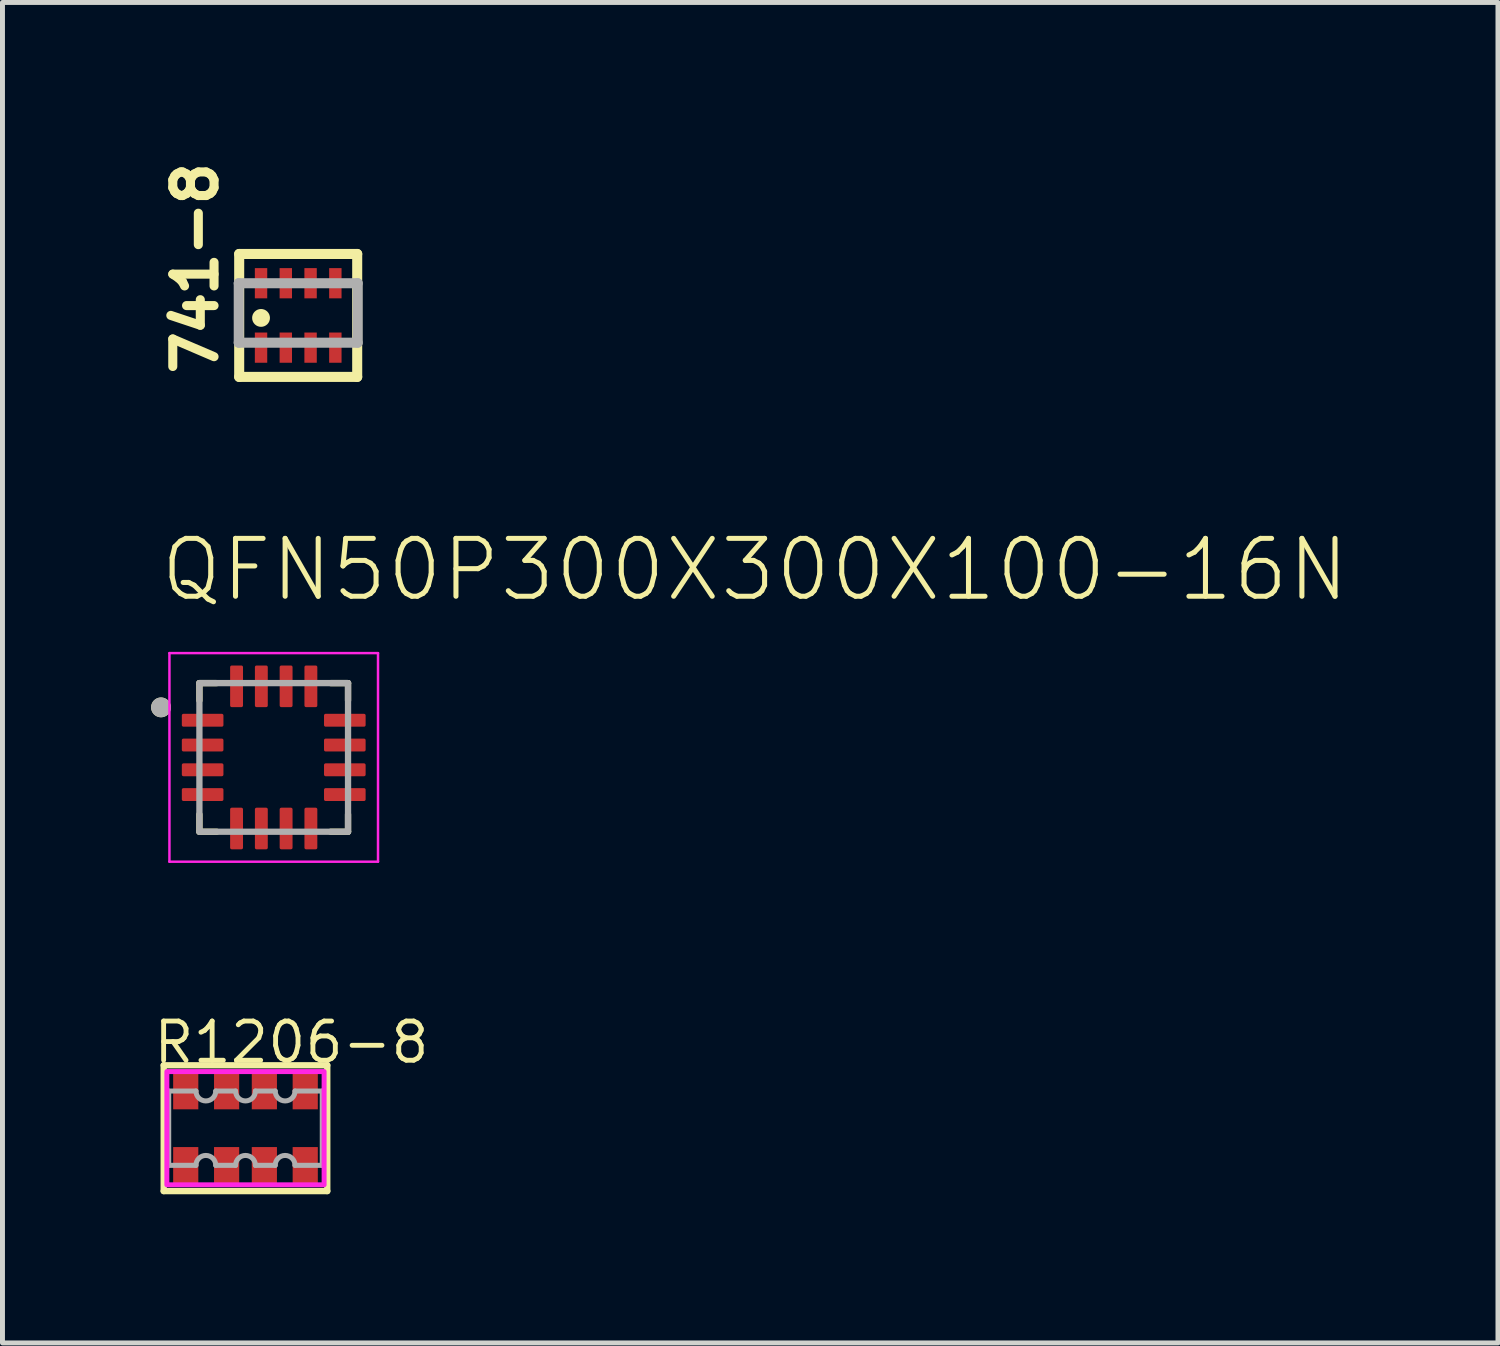
<source format=kicad_pcb>
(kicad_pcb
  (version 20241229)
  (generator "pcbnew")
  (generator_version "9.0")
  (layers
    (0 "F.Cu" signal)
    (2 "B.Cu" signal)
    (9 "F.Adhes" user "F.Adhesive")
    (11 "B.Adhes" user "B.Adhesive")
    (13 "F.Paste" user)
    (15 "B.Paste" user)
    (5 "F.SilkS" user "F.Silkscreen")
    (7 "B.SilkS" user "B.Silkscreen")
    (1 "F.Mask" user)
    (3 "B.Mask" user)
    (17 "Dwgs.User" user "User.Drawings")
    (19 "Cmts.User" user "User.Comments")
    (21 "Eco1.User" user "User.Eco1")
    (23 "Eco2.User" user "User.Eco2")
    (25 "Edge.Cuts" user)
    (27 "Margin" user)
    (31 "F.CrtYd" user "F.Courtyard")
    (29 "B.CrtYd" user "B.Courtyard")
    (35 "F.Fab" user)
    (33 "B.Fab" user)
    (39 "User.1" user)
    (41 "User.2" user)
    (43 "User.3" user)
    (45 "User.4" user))
  (footprint "741-8"
    (layer "F.Cu")
    (at 2.969 3.317)
    (property "Reference" "741-8" (at -1.587 1.27 90) (unlocked yes) (layer "F.SilkS") (effects (font (size 0.833 0.833) (thickness 0.183)) (justify left bottom)))
    (fp_line (start -1.191 -1.241) (end 1.191 -1.241) (stroke (width 0.203) (type solid)) (layer "F.SilkS"))
    (fp_line (start -1.191 1.241) (end -1.191 -1.241) (stroke (width 0.203) (type solid)) (layer "F.SilkS"))
    (fp_line (start 1.191 -1.241) (end 1.191 1.241) (stroke (width 0.203) (type solid)) (layer "F.SilkS"))
    (fp_line (start 1.191 1.241) (end -1.191 1.241) (stroke (width 0.203) (type solid)) (layer "F.SilkS"))
    (fp_circle (center -0.75 0.05) (end -0.66 0.05) (stroke (width 0.18) (type solid)) (fill yes) (layer "F.SilkS"))
    (fp_line (start -1.2 -0.65) (end -1.2 0.55) (stroke (width 0.203) (type solid)) (layer "F.Fab"))
    (fp_line (start -1.2 -0.65) (end 1.2 -0.65) (stroke (width 0.203) (type solid)) (layer "F.Fab"))
    (fp_line (start -1.2 0.55) (end 1.2 0.55) (stroke (width 0.203) (type solid)) (layer "F.Fab"))
    (fp_line (start 1.2 -0.65) (end 1.2 0.55) (stroke (width 0.203) (type solid)) (layer "F.Fab"))
    (pad "1" smd rect (at -0.75 0.65) (size 0.25 0.61) (layers "F.Cu" "F.Mask" "F.Paste"))
    (pad "2" smd rect (at -0.25 0.65) (size 0.25 0.61) (layers "F.Cu" "F.Mask" "F.Paste"))
    (pad "3" smd rect (at 0.25 0.65) (size 0.25 0.61) (layers "F.Cu" "F.Mask" "F.Paste"))
    (pad "4" smd rect (at 0.75 0.65) (size 0.25 0.61) (layers "F.Cu" "F.Mask" "F.Paste"))
    (pad "5" smd rect (at 0.75 -0.65) (size 0.25 0.61) (layers "F.Cu" "F.Mask" "F.Paste"))
    (pad "6" smd rect (at 0.25 -0.65) (size 0.25 0.61) (layers "F.Cu" "F.Mask" "F.Paste"))
    (pad "7" smd rect (at -0.25 -0.65) (size 0.25 0.61) (layers "F.Cu" "F.Mask" "F.Paste"))
    (pad "8" smd rect (at -0.75 -0.65) (size 0.25 0.61) (layers "F.Cu" "F.Mask" "F.Paste")))
  (footprint "QFN50P300X300X100-16N"
    (layer "F.Cu")
    (at 2.475 12.238)
    (property "Reference" "QFN50P300X300X100-16N" (at -2.34 -3.105 0) (unlocked yes) (layer "F.SilkS") (effects (font (size 1.168 1.168) (thickness 0.102)) (justify left bottom)))
    (fp_line (start -1.5 -1.5) (end -1.5 -1.15) (stroke (width 0.127) (type solid)) (layer "F.SilkS"))
    (fp_line (start -1.5 -1.5) (end -1.15 -1.5) (stroke (width 0.127) (type solid)) (layer "F.SilkS"))
    (fp_line (start -1.5 1.5) (end -1.5 1.15) (stroke (width 0.127) (type solid)) (layer "F.SilkS"))
    (fp_line (start -1.5 1.5) (end -1.15 1.5) (stroke (width 0.127) (type solid)) (layer "F.SilkS"))
    (fp_line (start 1.5 -1.5) (end 1.15 -1.5) (stroke (width 0.127) (type solid)) (layer "F.SilkS"))
    (fp_line (start 1.5 -1.5) (end 1.5 -1.15) (stroke (width 0.127) (type solid)) (layer "F.SilkS"))
    (fp_line (start 1.5 1.5) (end 1.15 1.5) (stroke (width 0.127) (type solid)) (layer "F.SilkS"))
    (fp_line (start 1.5 1.5) (end 1.5 1.15) (stroke (width 0.127) (type solid)) (layer "F.SilkS"))
    (fp_circle (center -2.275 -1.01) (end -2.175 -1.01) (stroke (width 0.2) (type solid)) (fill yes) (layer "F.SilkS"))
    (fp_line (start -2.105 -2.105) (end 2.105 -2.105) (stroke (width 0.05) (type solid)) (layer "F.CrtYd"))
    (fp_line (start -2.105 2.105) (end -2.105 -2.105) (stroke (width 0.05) (type solid)) (layer "F.CrtYd"))
    (fp_line (start -2.105 2.105) (end 2.105 2.105) (stroke (width 0.05) (type solid)) (layer "F.CrtYd"))
    (fp_line (start 2.105 2.105) (end 2.105 -2.105) (stroke (width 0.05) (type solid)) (layer "F.CrtYd"))
    (fp_line (start -1.5 1.5) (end -1.5 -1.5) (stroke (width 0.127) (type solid)) (layer "F.Fab"))
    (fp_line (start 1.5 -1.5) (end -1.5 -1.5) (stroke (width 0.127) (type solid)) (layer "F.Fab"))
    (fp_line (start 1.5 1.5) (end -1.5 1.5) (stroke (width 0.127) (type solid)) (layer "F.Fab"))
    (fp_line (start 1.5 1.5) (end 1.5 -1.5) (stroke (width 0.127) (type solid)) (layer "F.Fab"))
    (fp_circle (center -2.275 -1.01) (end -2.175 -1.01) (stroke (width 0.2) (type solid)) (fill no) (layer "F.Fab"))
    (pad "1" smd roundrect (at -1.435 -0.75) (size 0.84 0.26) (layers "F.Cu" "F.Mask" "F.Paste") (roundrect_rratio 0.125))
    (pad "2" smd roundrect (at -1.435 -0.25) (size 0.84 0.26) (layers "F.Cu" "F.Mask" "F.Paste") (roundrect_rratio 0.125))
    (pad "3" smd roundrect (at -1.435 0.25) (size 0.84 0.26) (layers "F.Cu" "F.Mask" "F.Paste") (roundrect_rratio 0.125))
    (pad "4" smd roundrect (at -1.435 0.75) (size 0.84 0.26) (layers "F.Cu" "F.Mask" "F.Paste") (roundrect_rratio 0.125))
    (pad "5" smd roundrect (at -0.75 1.435 90) (size 0.84 0.26) (layers "F.Cu" "F.Mask" "F.Paste") (roundrect_rratio 0.125))
    (pad "6" smd roundrect (at -0.25 1.435 90) (size 0.84 0.26) (layers "F.Cu" "F.Mask" "F.Paste") (roundrect_rratio 0.125))
    (pad "7" smd roundrect (at 0.25 1.435 90) (size 0.84 0.26) (layers "F.Cu" "F.Mask" "F.Paste") (roundrect_rratio 0.125))
    (pad "8" smd roundrect (at 0.75 1.435 90) (size 0.84 0.26) (layers "F.Cu" "F.Mask" "F.Paste") (roundrect_rratio 0.125))
    (pad "9" smd roundrect (at 1.435 0.75) (size 0.84 0.26) (layers "F.Cu" "F.Mask" "F.Paste") (roundrect_rratio 0.125))
    (pad "10" smd roundrect (at 1.435 0.25) (size 0.84 0.26) (layers "F.Cu" "F.Mask" "F.Paste") (roundrect_rratio 0.125))
    (pad "11" smd roundrect (at 1.435 -0.25) (size 0.84 0.26) (layers "F.Cu" "F.Mask" "F.Paste") (roundrect_rratio 0.125))
    (pad "12" smd roundrect (at 1.435 -0.75) (size 0.84 0.26) (layers "F.Cu" "F.Mask" "F.Paste") (roundrect_rratio 0.125))
    (pad "13" smd roundrect (at 0.75 -1.435 90) (size 0.84 0.26) (layers "F.Cu" "F.Mask" "F.Paste") (roundrect_rratio 0.125))
    (pad "14" smd roundrect (at 0.25 -1.435 90) (size 0.84 0.26) (layers "F.Cu" "F.Mask" "F.Paste") (roundrect_rratio 0.125))
    (pad "15" smd roundrect (at -0.25 -1.435 90) (size 0.84 0.26) (layers "F.Cu" "F.Mask" "F.Paste") (roundrect_rratio 0.125))
    (pad "16" smd roundrect (at -0.75 -1.435 90) (size 0.84 0.26) (layers "F.Cu" "F.Mask" "F.Paste") (roundrect_rratio 0.125)))
  (footprint "R1206-8"
    (layer "F.Cu")
    (at 1.905 19.722)
    (property "Reference" "R1206-8" (at -1.905 -1.27 0) (unlocked yes) (layer "F.SilkS") (effects (font (size 0.791 0.791) (thickness 0.098)) (justify left bottom)))
    (fp_line (start -1.651 -1.27) (end 1.651 -1.27) (stroke (width 0.127) (type solid)) (layer "F.SilkS"))
    (fp_line (start -1.651 1.27) (end -1.651 -1.27) (stroke (width 0.127) (type solid)) (layer "F.SilkS"))
    (fp_line (start 1.651 -1.27) (end 1.651 1.27) (stroke (width 0.127) (type solid)) (layer "F.SilkS"))
    (fp_line (start 1.651 1.27) (end -1.651 1.27) (stroke (width 0.127) (type solid)) (layer "F.SilkS"))
    (fp_poly (pts (xy -1.587 1.143) (xy 1.587 1.143) (xy 1.587 -1.143) (xy -1.587 -1.143)) (stroke (width 0.1) (type default)) (fill no) (layer "F.CrtYd"))
    (fp_line (start -1.55 -0.75) (end -1 -0.75) (stroke (width 0.102) (type solid)) (layer "F.Fab"))
    (fp_line (start -1.55 0.75) (end -1.55 -0.75) (stroke (width 0.102) (type solid)) (layer "F.Fab"))
    (fp_line (start -1 0.75) (end -1.55 0.75) (stroke (width 0.102) (type solid)) (layer "F.Fab"))
    (fp_line (start -0.6 -0.75) (end -0.2 -0.75) (stroke (width 0.102) (type solid)) (layer "F.Fab"))
    (fp_line (start -0.2 0.75) (end -0.6 0.75) (stroke (width 0.102) (type solid)) (layer "F.Fab"))
    (fp_line (start 0.2 -0.75) (end 0.6 -0.75) (stroke (width 0.102) (type solid)) (layer "F.Fab"))
    (fp_line (start 0.6 0.75) (end 0.2 0.75) (stroke (width 0.102) (type solid)) (layer "F.Fab"))
    (fp_line (start 1 -0.75) (end 1.55 -0.75) (stroke (width 0.102) (type solid)) (layer "F.Fab"))
    (fp_line (start 1.55 -0.75) (end 1.55 0.75) (stroke (width 0.102) (type solid)) (layer "F.Fab"))
    (fp_line (start 1.55 0.75) (end 1 0.75) (stroke (width 0.102) (type solid)) (layer "F.Fab"))
    (fp_arc (start -1 0.75) (mid -0.8 0.55) (end -0.6 0.75) (stroke (width 0.1016) (type solid)) (layer "F.Fab"))
    (fp_arc (start -0.6 -0.75) (mid -0.8 -0.55) (end -1 -0.75) (stroke (width 0.1016) (type solid)) (layer "F.Fab"))
    (fp_arc (start -0.2 0.75) (mid 0 0.55) (end 0.2 0.75) (stroke (width 0.1016) (type solid)) (layer "F.Fab"))
    (fp_arc (start 0.2 -0.75) (mid 0 -0.55) (end -0.2 -0.75) (stroke (width 0.1016) (type solid)) (layer "F.Fab"))
    (fp_arc (start 0.6 0.75) (mid 0.8 0.55) (end 1 0.75) (stroke (width 0.1016) (type solid)) (layer "F.Fab"))
    (fp_arc (start 1 -0.75) (mid 0.8 -0.55) (end 0.6 -0.75) (stroke (width 0.1016) (type solid)) (layer "F.Fab"))
    (pad "1" smd rect (at -1.206 0.762) (size 0.508 0.762) (layers "F.Cu" "F.Mask" "F.Paste"))
    (pad "2" smd rect (at -0.381 0.762) (size 0.508 0.762) (layers "F.Cu" "F.Mask" "F.Paste"))
    (pad "3" smd rect (at 0.381 0.762) (size 0.508 0.762) (layers "F.Cu" "F.Mask" "F.Paste"))
    (pad "4" smd rect (at 1.206 0.762) (size 0.508 0.762) (layers "F.Cu" "F.Mask" "F.Paste"))
    (pad "5" smd rect (at 1.206 -0.762) (size 0.508 0.762) (layers "F.Cu" "F.Mask" "F.Paste"))
    (pad "6" smd rect (at 0.381 -0.762) (size 0.508 0.762) (layers "F.Cu" "F.Mask" "F.Paste"))
    (pad "7" smd rect (at -0.381 -0.762) (size 0.508 0.762) (layers "F.Cu" "F.Mask" "F.Paste"))
    (pad "8" smd rect (at -1.206 -0.762) (size 0.508 0.762) (layers "F.Cu" "F.Mask" "F.Paste")))
  (gr_rect
    (start -3 -3)
    (end 27.186 24.056)
    (stroke (width 0.1) (type default))
    (fill no)
    (layer "Edge.Cuts")))
</source>
